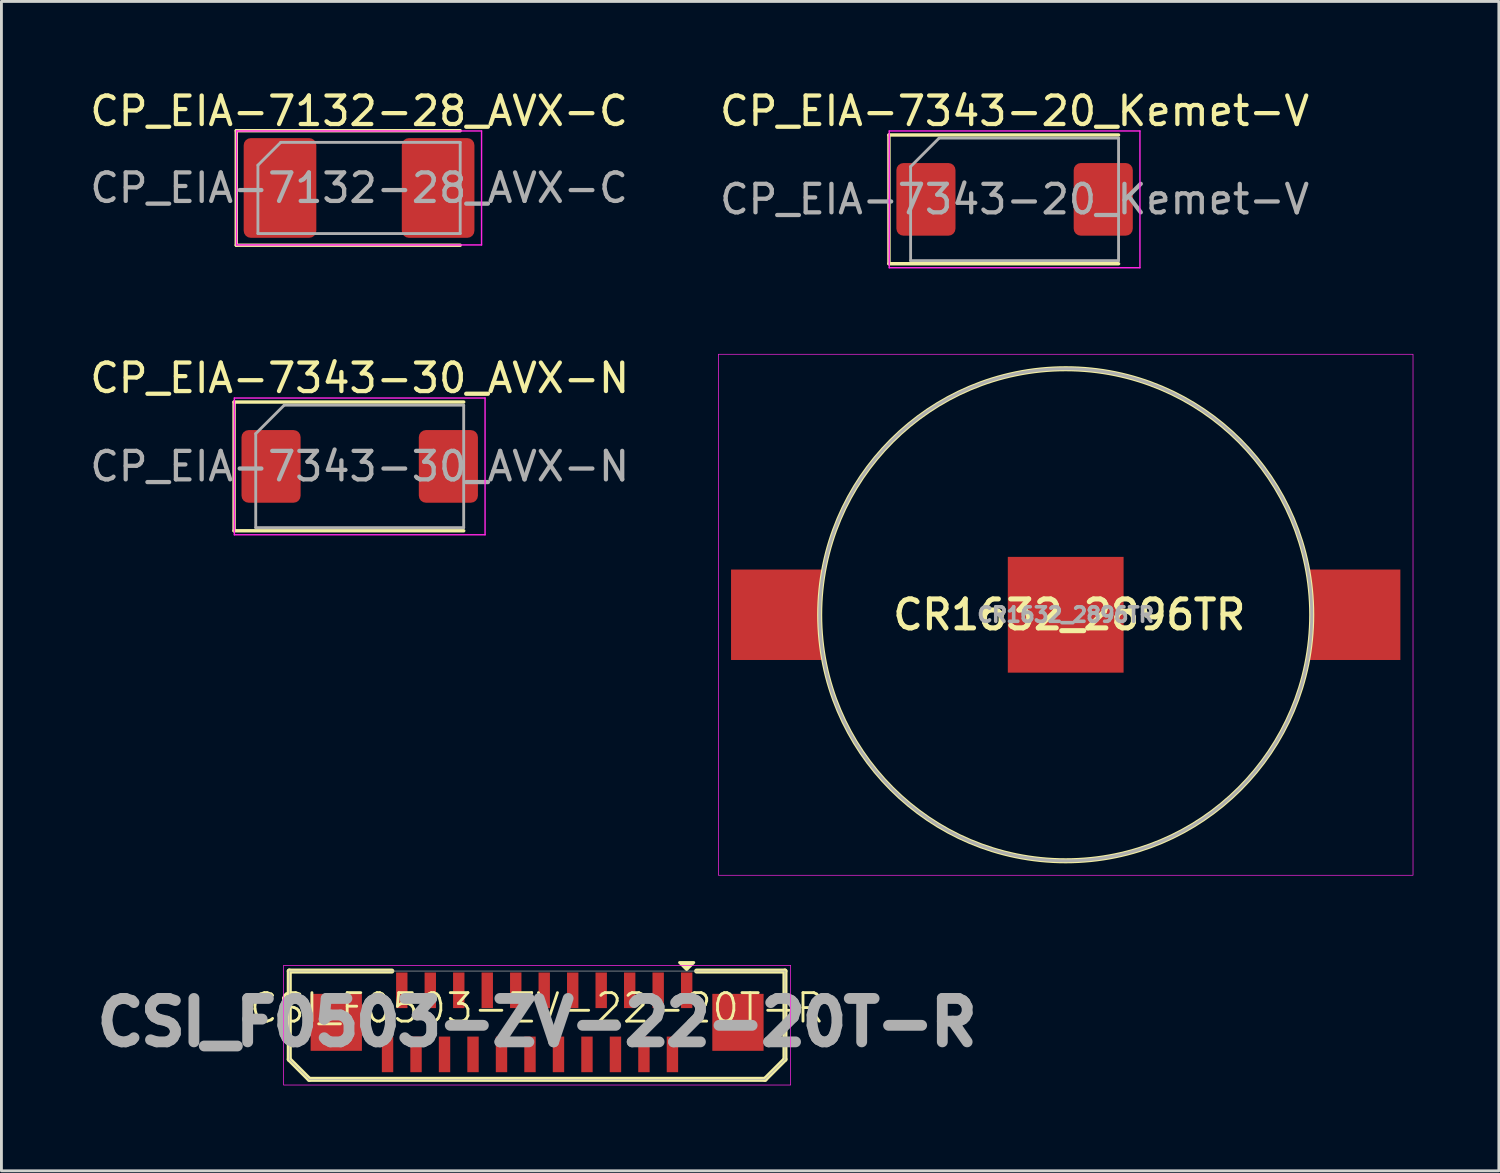
<source format=kicad_pcb>
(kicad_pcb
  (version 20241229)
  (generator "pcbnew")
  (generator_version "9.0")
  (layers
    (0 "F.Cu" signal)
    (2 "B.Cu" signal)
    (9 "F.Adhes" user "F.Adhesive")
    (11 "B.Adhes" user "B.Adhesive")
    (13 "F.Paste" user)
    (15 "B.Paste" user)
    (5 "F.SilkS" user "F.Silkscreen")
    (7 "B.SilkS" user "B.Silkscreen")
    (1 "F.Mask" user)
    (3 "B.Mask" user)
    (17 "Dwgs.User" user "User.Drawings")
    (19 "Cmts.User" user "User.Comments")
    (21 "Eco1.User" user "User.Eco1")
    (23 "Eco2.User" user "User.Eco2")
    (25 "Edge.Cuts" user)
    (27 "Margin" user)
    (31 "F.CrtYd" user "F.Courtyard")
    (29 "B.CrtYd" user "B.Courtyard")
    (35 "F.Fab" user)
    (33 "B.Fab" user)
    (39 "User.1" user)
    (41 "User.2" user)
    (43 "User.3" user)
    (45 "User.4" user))
  (footprint "CR1632_2896TR"
    (layer "F.Cu")
    (at 34.359 18.53)
    (property "Reference" "CR1632_2896TR" (at 0.127 0 0) (layer "F.SilkS") (effects (font (size 1.016 1.016) (thickness 0.178))))
    (attr smd)
    (fp_circle (center 0 0) (end 8.636 0) (stroke (width 0.178) (type solid)) (fill no) (layer "F.SilkS"))
    (fp_rect (start -12.192 -9.144) (end 12.192 9.144) (stroke (width 0.025) (type solid)) (fill no) (layer "F.CrtYd"))
    (fp_circle (center 0 0) (end 8.636 0) (stroke (width 0.1) (type solid)) (fill no) (layer "F.Fab"))
    (fp_text user "${REFERENCE}" (at 0 0 0) (layer "F.Fab") (effects (font (size 0.508 0.508) (thickness 0.127))))
    (pad "1" smd rect (at -10.16 0) (size 3.175 3.175) (layers "F.Cu" "F.Mask" "F.Paste"))
    (pad "1" smd rect (at 10.16 0) (size 3.175 3.175) (layers "F.Cu" "F.Mask" "F.Paste"))
    (pad "2" smd rect (at 0 0) (size 4.064 4.064) (layers "F.Cu" "F.Mask" "F.Paste")))
  (footprint "CSI_F0503-ZV-22-20T-R"
    (layer "F.Cu")
    (at 15.804 32.837)
    (property "Reference" "CSI_F0503-ZV-22-20T-R" (at 0 -0.5 0) (unlocked yes) (layer "F.SilkS") (effects (font (size 1 1) (thickness 0.1))))
    (attr smd)
    (fp_line (start -8.7 -1.8) (end -8.7 1.3) (stroke (width 0.178) (type solid)) (layer "F.SilkS"))
    (fp_line (start -8.7 1.3) (end -8 2) (stroke (width 0.178) (type solid)) (layer "F.SilkS"))
    (fp_line (start -8 2) (end 8 2) (stroke (width 0.178) (type solid)) (layer "F.SilkS"))
    (fp_line (start -5.1 -1.8) (end -8.7 -1.8) (stroke (width 0.178) (type solid)) (layer "F.SilkS"))
    (fp_line (start 8 2) (end 8.7 1.3) (stroke (width 0.178) (type solid)) (layer "F.SilkS"))
    (fp_line (start 8.7 -1.8) (end 5.6 -1.8) (stroke (width 0.178) (type solid)) (layer "F.SilkS"))
    (fp_line (start 8.7 1.3) (end 8.7 -1.8) (stroke (width 0.178) (type solid)) (layer "F.SilkS"))
    (fp_poly (pts (xy 5.25 -1.85) (xy 5.5 -2.1) (xy 5 -2.1)) (stroke (width 0.1) (type solid)) (fill yes) (layer "F.SilkS"))
    (fp_rect (start -8.9 -2) (end 8.9 2.2) (stroke (width 0.025) (type solid)) (fill no) (layer "F.CrtYd"))
    (fp_line (start -8.7 -1.8) (end -8.7 1.3) (stroke (width 0.025) (type solid)) (layer "F.Fab"))
    (fp_line (start -8.7 -1.8) (end 8.7 -1.8) (stroke (width 0.025) (type solid)) (layer "F.Fab"))
    (fp_line (start -8.7 1.3) (end -8 2) (stroke (width 0.025) (type solid)) (layer "F.Fab"))
    (fp_line (start -8 2) (end 8 2) (stroke (width 0.025) (type solid)) (layer "F.Fab"))
    (fp_line (start 8 2) (end 8.7 1.3) (stroke (width 0.025) (type solid)) (layer "F.Fab"))
    (fp_line (start 8.7 1.3) (end 8.7 -1.8) (stroke (width 0.025) (type solid)) (layer "F.Fab"))
    (fp_text user "${REFERENCE}" (at 0 0 0) (unlocked yes) (layer "F.Fab") (effects (font (size 1.524 1.524) (thickness 0.381) (bold yes))))
    (pad "1" smd rect (at 5.25 -1.125) (size 0.4 1.25) (layers "F.Cu" "F.Mask" "F.Paste"))
    (pad "2" smd rect (at 4.75 1.125) (size 0.4 1.25) (layers "F.Cu" "F.Mask" "F.Paste"))
    (pad "3" smd rect (at 4.25 -1.125) (size 0.4 1.25) (layers "F.Cu" "F.Mask" "F.Paste"))
    (pad "4" smd rect (at 3.75 1.125) (size 0.4 1.25) (layers "F.Cu" "F.Mask" "F.Paste"))
    (pad "5" smd rect (at 3.25 -1.125) (size 0.4 1.25) (layers "F.Cu" "F.Mask" "F.Paste"))
    (pad "6" smd rect (at 2.75 1.125) (size 0.4 1.25) (layers "F.Cu" "F.Mask" "F.Paste"))
    (pad "7" smd rect (at 2.25 -1.125) (size 0.4 1.25) (layers "F.Cu" "F.Mask" "F.Paste"))
    (pad "8" smd rect (at 1.75 1.125) (size 0.4 1.25) (layers "F.Cu" "F.Mask" "F.Paste"))
    (pad "9" smd rect (at 1.25 -1.125) (size 0.4 1.25) (layers "F.Cu" "F.Mask" "F.Paste"))
    (pad "10" smd rect (at 0.75 1.125) (size 0.4 1.25) (layers "F.Cu" "F.Mask" "F.Paste"))
    (pad "11" smd rect (at 0.25 -1.125) (size 0.4 1.25) (layers "F.Cu" "F.Mask" "F.Paste"))
    (pad "12" smd rect (at -0.25 1.125) (size 0.4 1.25) (layers "F.Cu" "F.Mask" "F.Paste"))
    (pad "13" smd rect (at -0.75 -1.125) (size 0.4 1.25) (layers "F.Cu" "F.Mask" "F.Paste"))
    (pad "14" smd rect (at -1.25 1.125) (size 0.4 1.25) (layers "F.Cu" "F.Mask" "F.Paste"))
    (pad "15" smd rect (at -1.75 -1.125) (size 0.4 1.25) (layers "F.Cu" "F.Mask" "F.Paste"))
    (pad "16" smd rect (at -2.25 1.125) (size 0.4 1.25) (layers "F.Cu" "F.Mask" "F.Paste"))
    (pad "17" smd rect (at -2.75 -1.125) (size 0.4 1.25) (layers "F.Cu" "F.Mask" "F.Paste"))
    (pad "18" smd rect (at -3.25 1.125) (size 0.4 1.25) (layers "F.Cu" "F.Mask" "F.Paste"))
    (pad "19" smd rect (at -3.75 -1.125) (size 0.4 1.25) (layers "F.Cu" "F.Mask" "F.Paste"))
    (pad "20" smd rect (at -4.25 1.125) (size 0.4 1.25) (layers "F.Cu" "F.Mask" "F.Paste"))
    (pad "21" smd rect (at -4.75 -1.125) (size 0.4 1.25) (layers "F.Cu" "F.Mask" "F.Paste"))
    (pad "22" smd rect (at -5.25 1.125) (size 0.4 1.25) (layers "F.Cu" "F.Mask" "F.Paste"))
    (pad "SH" smd rect (at -7.05 0) (size 1.8 2) (layers "F.Cu" "F.Mask" "F.Paste"))
    (pad "SH" smd rect (at 7.05 0) (size 1.8 2) (layers "F.Cu" "F.Mask" "F.Paste")))
  (footprint "CP_EIA-7343-20_Kemet-V"
    (layer "F.Cu")
    (at 32.565 3.948)
    (property "Reference" "CP_EIA-7343-20_Kemet-V" (at 0 -3.1 0) (layer "F.SilkS") (effects (font (size 1 1) (thickness 0.15))))
    (attr smd)
    (fp_line (start -4.41 -2.26) (end -4.41 2.26) (stroke (width 0.12) (type solid)) (layer "F.SilkS"))
    (fp_line (start -4.41 2.26) (end 3.65 2.26) (stroke (width 0.12) (type solid)) (layer "F.SilkS"))
    (fp_line (start 3.65 -2.26) (end -4.41 -2.26) (stroke (width 0.12) (type solid)) (layer "F.SilkS"))
    (fp_line (start -4.4 -2.4) (end 4.4 -2.4) (stroke (width 0.05) (type solid)) (layer "F.CrtYd"))
    (fp_line (start -4.4 2.4) (end -4.4 -2.4) (stroke (width 0.05) (type solid)) (layer "F.CrtYd"))
    (fp_line (start 4.4 -2.4) (end 4.4 2.4) (stroke (width 0.05) (type solid)) (layer "F.CrtYd"))
    (fp_line (start 4.4 2.4) (end -4.4 2.4) (stroke (width 0.05) (type solid)) (layer "F.CrtYd"))
    (fp_line (start -3.65 -1.15) (end -3.65 2.15) (stroke (width 0.1) (type solid)) (layer "F.Fab"))
    (fp_line (start -3.65 2.15) (end 3.65 2.15) (stroke (width 0.1) (type solid)) (layer "F.Fab"))
    (fp_line (start -2.65 -2.15) (end -3.65 -1.15) (stroke (width 0.1) (type solid)) (layer "F.Fab"))
    (fp_line (start 3.65 -2.15) (end -2.65 -2.15) (stroke (width 0.1) (type solid)) (layer "F.Fab"))
    (fp_line (start 3.65 2.15) (end 3.65 -2.15) (stroke (width 0.1) (type solid)) (layer "F.Fab"))
    (fp_text user "${REFERENCE}" (at 0 0 0) (layer "F.Fab") (effects (font (size 1 1) (thickness 0.15))))
    (pad "1" smd roundrect (at -3.112 0) (size 2.075 2.55) (layers "F.Cu" "F.Mask" "F.Paste") (roundrect_rratio 0.12))
    (pad "2" smd roundrect (at 3.112 0) (size 2.075 2.55) (layers "F.Cu" "F.Mask" "F.Paste") (roundrect_rratio 0.12)))
  (footprint "CP_EIA-7132-28_AVX-C"
    (layer "F.Cu")
    (at 9.554 3.548)
    (property "Reference" "CP_EIA-7132-28_AVX-C" (at 0 -2.7 0) (layer "F.SilkS") (effects (font (size 1 1) (thickness 0.15))))
    (attr smd)
    (fp_line (start -4.31 -2.01) (end -4.31 2.01) (stroke (width 0.12) (type solid)) (layer "F.SilkS"))
    (fp_line (start -4.31 2.01) (end 3.55 2.01) (stroke (width 0.12) (type solid)) (layer "F.SilkS"))
    (fp_line (start 3.55 -2.01) (end -4.31 -2.01) (stroke (width 0.12) (type solid)) (layer "F.SilkS"))
    (fp_line (start -4.3 -2) (end 4.3 -2) (stroke (width 0.05) (type solid)) (layer "F.CrtYd"))
    (fp_line (start -4.3 2) (end -4.3 -2) (stroke (width 0.05) (type solid)) (layer "F.CrtYd"))
    (fp_line (start 4.3 -2) (end 4.3 2) (stroke (width 0.05) (type solid)) (layer "F.CrtYd"))
    (fp_line (start 4.3 2) (end -4.3 2) (stroke (width 0.05) (type solid)) (layer "F.CrtYd"))
    (fp_line (start -3.55 -0.8) (end -3.55 1.6) (stroke (width 0.1) (type solid)) (layer "F.Fab"))
    (fp_line (start -3.55 1.6) (end 3.55 1.6) (stroke (width 0.1) (type solid)) (layer "F.Fab"))
    (fp_line (start -2.75 -1.6) (end -3.55 -0.8) (stroke (width 0.1) (type solid)) (layer "F.Fab"))
    (fp_line (start 3.55 -1.6) (end -2.75 -1.6) (stroke (width 0.1) (type solid)) (layer "F.Fab"))
    (fp_line (start 3.55 1.6) (end 3.55 -1.6) (stroke (width 0.1) (type solid)) (layer "F.Fab"))
    (fp_text user "${REFERENCE}" (at 0 0 0) (layer "F.Fab") (effects (font (size 1 1) (thickness 0.15))))
    (pad "1" smd roundrect (at -2.775 0) (size 2.55 3.5) (layers "F.Cu" "F.Mask" "F.Paste") (roundrect_rratio 0.098))
    (pad "2" smd roundrect (at 2.775 0) (size 2.55 3.5) (layers "F.Cu" "F.Mask" "F.Paste") (roundrect_rratio 0.098)))
  (footprint "CP_EIA-7343-30_AVX-N"
    (layer "F.Cu")
    (at 9.577 13.322)
    (property "Reference" "CP_EIA-7343-30_AVX-N" (at 0 -3.1 0) (layer "F.SilkS") (effects (font (size 1 1) (thickness 0.15))))
    (attr smd)
    (fp_line (start -4.41 -2.26) (end -4.41 2.26) (stroke (width 0.12) (type solid)) (layer "F.SilkS"))
    (fp_line (start -4.41 2.26) (end 3.65 2.26) (stroke (width 0.12) (type solid)) (layer "F.SilkS"))
    (fp_line (start 3.65 -2.26) (end -4.41 -2.26) (stroke (width 0.12) (type solid)) (layer "F.SilkS"))
    (fp_line (start -4.4 -2.4) (end 4.4 -2.4) (stroke (width 0.05) (type solid)) (layer "F.CrtYd"))
    (fp_line (start -4.4 2.4) (end -4.4 -2.4) (stroke (width 0.05) (type solid)) (layer "F.CrtYd"))
    (fp_line (start 4.4 -2.4) (end 4.4 2.4) (stroke (width 0.05) (type solid)) (layer "F.CrtYd"))
    (fp_line (start 4.4 2.4) (end -4.4 2.4) (stroke (width 0.05) (type solid)) (layer "F.CrtYd"))
    (fp_line (start -3.65 -1.15) (end -3.65 2.15) (stroke (width 0.1) (type solid)) (layer "F.Fab"))
    (fp_line (start -3.65 2.15) (end 3.65 2.15) (stroke (width 0.1) (type solid)) (layer "F.Fab"))
    (fp_line (start -2.65 -2.15) (end -3.65 -1.15) (stroke (width 0.1) (type solid)) (layer "F.Fab"))
    (fp_line (start 3.65 -2.15) (end -2.65 -2.15) (stroke (width 0.1) (type solid)) (layer "F.Fab"))
    (fp_line (start 3.65 2.15) (end 3.65 -2.15) (stroke (width 0.1) (type solid)) (layer "F.Fab"))
    (fp_text user "${REFERENCE}" (at 0 0 0) (layer "F.Fab") (effects (font (size 1 1) (thickness 0.15))))
    (pad "1" smd roundrect (at -3.112 0) (size 2.075 2.55) (layers "F.Cu" "F.Mask" "F.Paste") (roundrect_rratio 0.12))
    (pad "2" smd roundrect (at 3.112 0) (size 2.075 2.55) (layers "F.Cu" "F.Mask" "F.Paste") (roundrect_rratio 0.12)))
  (gr_rect
    (start -3 -3)
    (end 49.564 38.049)
    (stroke (width 0.1) (type default))
    (fill no)
    (layer "Edge.Cuts")))
</source>
